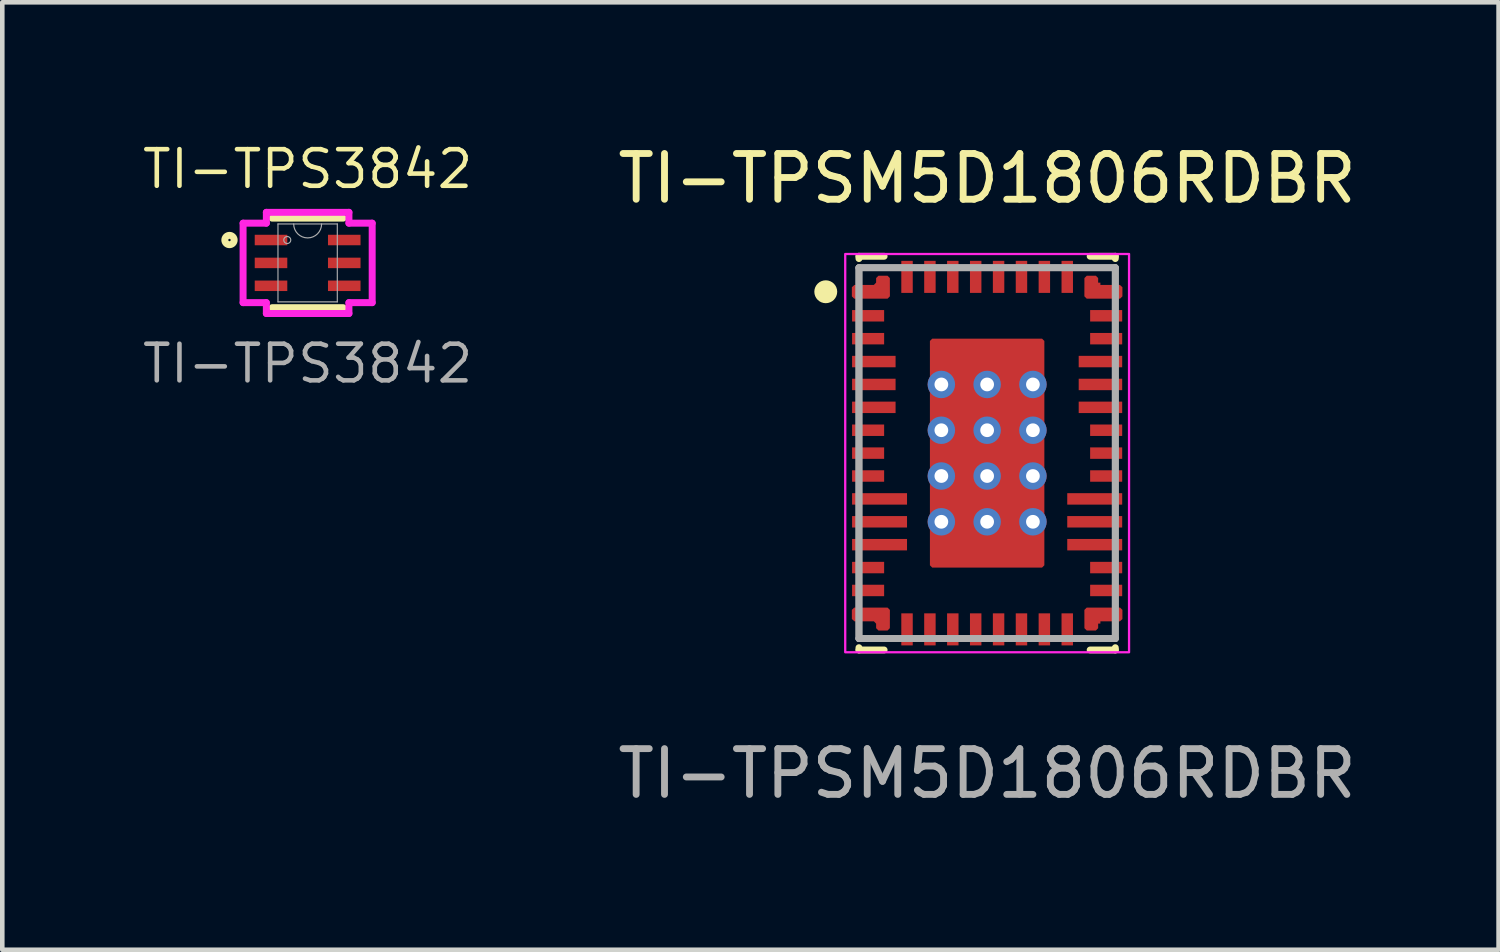
<source format=kicad_pcb>
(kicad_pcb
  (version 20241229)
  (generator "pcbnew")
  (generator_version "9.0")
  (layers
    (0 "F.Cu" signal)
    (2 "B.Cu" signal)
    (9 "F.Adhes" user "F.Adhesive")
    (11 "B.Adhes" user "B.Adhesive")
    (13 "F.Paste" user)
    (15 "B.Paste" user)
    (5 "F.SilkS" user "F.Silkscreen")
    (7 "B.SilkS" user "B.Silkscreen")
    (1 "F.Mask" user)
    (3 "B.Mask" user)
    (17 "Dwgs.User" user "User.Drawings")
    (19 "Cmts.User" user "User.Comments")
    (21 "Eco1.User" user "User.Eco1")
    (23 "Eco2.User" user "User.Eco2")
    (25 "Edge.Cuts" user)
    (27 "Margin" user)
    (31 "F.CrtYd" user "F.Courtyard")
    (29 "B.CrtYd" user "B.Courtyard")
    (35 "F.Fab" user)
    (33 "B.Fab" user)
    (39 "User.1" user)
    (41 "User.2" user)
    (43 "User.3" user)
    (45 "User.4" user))
  (footprint "TI-TPS3842"
    (layer "F.Cu")
    (at 3.67 2.693)
    (property "Reference" "TI-TPS3842" (at 0 -2.05 0) (unlocked yes) (layer "F.SilkS") (effects (font (size 0.8 0.8) (thickness 0.1))))
    (attr smd)
    (fp_line (start -0.775 0.978) (end 0.775 0.978) (stroke (width 0.152) (type solid)) (layer "F.SilkS"))
    (fp_line (start 0.775 -0.978) (end -0.775 -0.978) (stroke (width 0.152) (type solid)) (layer "F.SilkS"))
    (fp_circle (center -1.707 -0.5) (end -1.605 -0.5) (stroke (width 0.152) (type solid)) (fill no) (layer "F.SilkS"))
    (fp_line (start -1.41 -0.868) (end -0.902 -0.868) (stroke (width 0.152) (type solid)) (layer "F.CrtYd"))
    (fp_line (start -1.41 0.868) (end -1.41 -0.868) (stroke (width 0.152) (type solid)) (layer "F.CrtYd"))
    (fp_line (start -1.41 0.868) (end -0.902 0.868) (stroke (width 0.152) (type solid)) (layer "F.CrtYd"))
    (fp_line (start -0.902 -1.105) (end 0.902 -1.105) (stroke (width 0.152) (type solid)) (layer "F.CrtYd"))
    (fp_line (start -0.902 -0.868) (end -0.902 -1.105) (stroke (width 0.152) (type solid)) (layer "F.CrtYd"))
    (fp_line (start -0.902 1.105) (end -0.902 0.868) (stroke (width 0.152) (type solid)) (layer "F.CrtYd"))
    (fp_line (start 0.902 -1.105) (end 0.902 -0.868) (stroke (width 0.152) (type solid)) (layer "F.CrtYd"))
    (fp_line (start 0.902 0.868) (end 0.902 1.105) (stroke (width 0.152) (type solid)) (layer "F.CrtYd"))
    (fp_line (start 0.902 1.105) (end -0.902 1.105) (stroke (width 0.152) (type solid)) (layer "F.CrtYd"))
    (fp_line (start 1.41 -0.868) (end 0.902 -0.868) (stroke (width 0.152) (type solid)) (layer "F.CrtYd"))
    (fp_line (start 1.41 -0.868) (end 1.41 0.868) (stroke (width 0.152) (type solid)) (layer "F.CrtYd"))
    (fp_line (start 1.41 0.868) (end 0.902 0.868) (stroke (width 0.152) (type solid)) (layer "F.CrtYd"))
    (fp_line (start -0.648 -0.851) (end -0.648 0.851) (stroke (width 0.025) (type solid)) (layer "F.Fab"))
    (fp_line (start -0.648 0.851) (end 0.648 0.851) (stroke (width 0.025) (type solid)) (layer "F.Fab"))
    (fp_line (start 0.648 -0.851) (end -0.648 -0.851) (stroke (width 0.025) (type solid)) (layer "F.Fab"))
    (fp_line (start 0.648 0.851) (end 0.648 -0.851) (stroke (width 0.025) (type solid)) (layer "F.Fab"))
    (fp_arc (start 0.3048 -0.8509) (mid 0 -0.5461) (end -0.3048 -0.8509) (stroke (width 0.0254) (type solid)) (layer "F.Fab"))
    (fp_circle (center -0.445 -0.5) (end -0.368 -0.5) (stroke (width 0.025) (type solid)) (fill no) (layer "F.Fab"))
    (fp_text user "${REFERENCE}" (at 0 2.2 0) (unlocked yes) (layer "F.Fab") (effects (font (size 0.8 0.8) (thickness 0.1))))
    (pad "1" smd rect (at -0.8 -0.5) (size 0.711 0.229) (layers "F.Cu" "F.Mask" "F.Paste"))
    (pad "2" smd rect (at -0.8 0) (size 0.711 0.229) (layers "F.Cu" "F.Mask" "F.Paste"))
    (pad "3" smd rect (at -0.8 0.5) (size 0.711 0.229) (layers "F.Cu" "F.Mask" "F.Paste"))
    (pad "4" smd rect (at 0.8 0.5) (size 0.711 0.229) (layers "F.Cu" "F.Mask" "F.Paste"))
    (pad "5" smd rect (at 0.8 0) (size 0.711 0.229) (layers "F.Cu" "F.Mask" "F.Paste"))
    (pad "6" smd rect (at 0.8 -0.5) (size 0.711 0.229) (layers "F.Cu" "F.Mask" "F.Paste")))
  (footprint "TI-TPSM5D1806RDBR"
    (layer "F.Cu")
    (at 18.513 6.848)
    (property "Reference" "TI-TPSM5D1806RDBR" (at 0 -6 0) (unlocked yes) (layer "F.SilkS") (effects (font (size 1 1) (thickness 0.15))))
    (attr smd)
    (fp_poly (pts (xy -1.3 -2.45) (xy -1.2 -2.55) (xy 1.2 -2.55) (xy 1.3 -2.45) (xy 1.3 2.45) (xy 1.2 2.55) (xy -1.2 2.55) (xy -1.3 2.45)) (stroke (width 0) (type solid)) (fill yes) (layer "F.Mask"))
    (fp_poly (pts (xy -2.955 -3.624) (xy -2.9 -3.675) (xy -2.475 -3.675) (xy -2.425 -3.726) (xy -2.425 -3.824) (xy -2.375 -3.875) (xy -2.176 -3.875) (xy -2.125 -3.825) (xy -2.125 -3.426) (xy -2.175 -3.375) (xy -2.904 -3.375) (xy -2.955 -3.425)) (stroke (width 0) (type solid)) (fill yes) (layer "F.Mask"))
    (fp_poly (pts (xy 2.955 3.624) (xy 2.9 3.675) (xy 2.475 3.675) (xy 2.425 3.726) (xy 2.425 3.824) (xy 2.375 3.875) (xy 2.176 3.875) (xy 2.125 3.825) (xy 2.125 3.426) (xy 2.175 3.375) (xy 2.904 3.375) (xy 2.955 3.425)) (stroke (width 0) (type solid)) (fill yes) (layer "F.Mask"))
    (fp_line (start -2.8 -4.3) (end -2.25 -4.3) (stroke (width 0.15) (type solid)) (layer "F.SilkS"))
    (fp_line (start -2.8 -4.25) (end -2.8 -4.3) (stroke (width 0.15) (type solid)) (layer "F.SilkS"))
    (fp_line (start -2.8 4.3) (end -2.8 4.25) (stroke (width 0.15) (type solid)) (layer "F.SilkS"))
    (fp_line (start -2.8 4.3) (end -2.25 4.3) (stroke (width 0.15) (type solid)) (layer "F.SilkS"))
    (fp_line (start 2.25 -4.3) (end 2.8 -4.3) (stroke (width 0.15) (type solid)) (layer "F.SilkS"))
    (fp_line (start 2.25 4.3) (end 2.8 4.3) (stroke (width 0.15) (type solid)) (layer "F.SilkS"))
    (fp_line (start 2.8 -4.25) (end 2.8 -4.3) (stroke (width 0.15) (type solid)) (layer "F.SilkS"))
    (fp_line (start 2.8 4.3) (end 2.8 4.25) (stroke (width 0.15) (type solid)) (layer "F.SilkS"))
    (fp_circle (center -3.525 -3.525) (end -3.4 -3.525) (stroke (width 0.25) (type solid)) (fill no) (layer "F.SilkS"))
    (fp_poly (pts (xy -2.905 3.375) (xy -2.605 3.375) (xy -2.555 3.425) (xy -2.555 3.625) (xy -2.605 3.675) (xy -2.905 3.675) (xy -2.955 3.625) (xy -2.955 3.425)) (stroke (width 0) (type solid)) (fill yes) (layer "F.Paste"))
    (fp_poly (pts (xy -2.605 -3.375) (xy -2.905 -3.375) (xy -2.955 -3.425) (xy -2.955 -3.625) (xy -2.905 -3.675) (xy -2.605 -3.675) (xy -2.555 -3.625) (xy -2.555 -3.425)) (stroke (width 0) (type solid)) (fill yes) (layer "F.Paste"))
    (fp_poly (pts (xy -2.125 -3.425) (xy -2.175 -3.375) (xy -2.375 -3.375) (xy -2.425 -3.425) (xy -2.425 -3.825) (xy -2.375 -3.875) (xy -2.175 -3.875) (xy -2.125 -3.825)) (stroke (width 0) (type solid)) (fill yes) (layer "F.Paste"))
    (fp_poly (pts (xy -2.125 3.825) (xy -2.175 3.875) (xy -2.375 3.875) (xy -2.425 3.825) (xy -2.425 3.425) (xy -2.375 3.375) (xy -2.175 3.375) (xy -2.125 3.425)) (stroke (width 0) (type solid)) (fill yes) (layer "F.Paste"))
    (fp_poly (pts (xy -1.1 -1.725) (xy -1.1 -2.275) (xy -1.05 -2.325) (xy -0.2 -2.325) (xy -0.15 -2.275) (xy -0.15 -1.725) (xy -0.2 -1.675) (xy -1.05 -1.675)) (stroke (width 0) (type solid)) (fill yes) (layer "F.Paste"))
    (fp_poly (pts (xy -1.1 0.275) (xy -1.1 -0.275) (xy -1.05 -0.325) (xy -0.2 -0.325) (xy -0.15 -0.275) (xy -0.15 0.275) (xy -0.2 0.325) (xy -1.05 0.325)) (stroke (width 0) (type solid)) (fill yes) (layer "F.Paste"))
    (fp_poly (pts (xy -1.1 1.275) (xy -1.1 0.725) (xy -1.05 0.675) (xy -0.2 0.675) (xy -0.15 0.725) (xy -0.15 1.275) (xy -0.2 1.325) (xy -1.05 1.325)) (stroke (width 0) (type solid)) (fill yes) (layer "F.Paste"))
    (fp_poly (pts (xy -1.05 -1.325) (xy -0.2 -1.325) (xy -0.15 -1.275) (xy -0.15 -0.725) (xy -0.2 -0.675) (xy -1.05 -0.675) (xy -1.1 -0.725) (xy -1.1 -1.275)) (stroke (width 0) (type solid)) (fill yes) (layer "F.Paste"))
    (fp_poly (pts (xy -0.2 2.325) (xy -1.05 2.325) (xy -1.1 2.275) (xy -1.1 1.725) (xy -1.05 1.675) (xy -0.2 1.675) (xy -0.15 1.725) (xy -0.15 2.275)) (stroke (width 0) (type solid)) (fill yes) (layer "F.Paste"))
    (fp_poly (pts (xy 0.15 -2.275) (xy 0.2 -2.325) (xy 1.05 -2.325) (xy 1.1 -2.275) (xy 1.1 -1.725) (xy 1.05 -1.675) (xy 0.2 -1.675) (xy 0.15 -1.725)) (stroke (width 0) (type solid)) (fill yes) (layer "F.Paste"))
    (fp_poly (pts (xy 0.15 1.275) (xy 0.15 0.725) (xy 0.2 0.675) (xy 1.05 0.675) (xy 1.1 0.725) (xy 1.1 1.275) (xy 1.05 1.325) (xy 0.2 1.325)) (stroke (width 0) (type solid)) (fill yes) (layer "F.Paste"))
    (fp_poly (pts (xy 0.15 2.275) (xy 0.15 1.725) (xy 0.2 1.675) (xy 1.05 1.675) (xy 1.1 1.725) (xy 1.1 2.275) (xy 1.05 2.325) (xy 0.2 2.325)) (stroke (width 0) (type solid)) (fill yes) (layer "F.Paste"))
    (fp_poly (pts (xy 0.2 0.325) (xy 0.15 0.275) (xy 0.15 -0.275) (xy 0.2 -0.325) (xy 1.05 -0.325) (xy 1.1 -0.275) (xy 1.1 0.275) (xy 1.05 0.325)) (stroke (width 0) (type solid)) (fill yes) (layer "F.Paste"))
    (fp_poly (pts (xy 1.05 -0.675) (xy 0.2 -0.675) (xy 0.15 -0.725) (xy 0.15 -1.275) (xy 0.2 -1.325) (xy 1.05 -1.325) (xy 1.1 -1.275) (xy 1.1 -0.725)) (stroke (width 0) (type solid)) (fill yes) (layer "F.Paste"))
    (fp_poly (pts (xy 2.125 -3.825) (xy 2.175 -3.875) (xy 2.375 -3.875) (xy 2.425 -3.825) (xy 2.425 -3.425) (xy 2.375 -3.375) (xy 2.175 -3.375) (xy 2.125 -3.425)) (stroke (width 0) (type solid)) (fill yes) (layer "F.Paste"))
    (fp_poly (pts (xy 2.375 3.875) (xy 2.175 3.875) (xy 2.125 3.825) (xy 2.125 3.425) (xy 2.175 3.375) (xy 2.375 3.375) (xy 2.425 3.425) (xy 2.425 3.825)) (stroke (width 0) (type solid)) (fill yes) (layer "F.Paste"))
    (fp_poly (pts (xy 2.605 3.375) (xy 2.905 3.375) (xy 2.955 3.425) (xy 2.955 3.625) (xy 2.905 3.675) (xy 2.605 3.675) (xy 2.555 3.625) (xy 2.555 3.425)) (stroke (width 0) (type solid)) (fill yes) (layer "F.Paste"))
    (fp_poly (pts (xy 2.905 -3.675) (xy 2.955 -3.625) (xy 2.955 -3.425) (xy 2.905 -3.375) (xy 2.605 -3.375) (xy 2.555 -3.425) (xy 2.555 -3.625) (xy 2.605 -3.675)) (stroke (width 0) (type solid)) (fill yes) (layer "F.Paste"))
    (fp_rect (start -3.1 -4.35) (end 3.1 4.35) (stroke (width 0.05) (type default)) (fill no) (layer "F.CrtYd"))
    (fp_line (start -2.8 -4.05) (end 2.8 -4.05) (stroke (width 0.15) (type solid)) (layer "F.Fab"))
    (fp_line (start -2.8 -4.05) (end 2.8 -4.05) (stroke (width 0.15) (type solid)) (layer "F.Fab"))
    (fp_line (start -2.8 4.05) (end -2.8 -4.05) (stroke (width 0.15) (type solid)) (layer "F.Fab"))
    (fp_line (start -2.8 4.05) (end -2.8 -4.05) (stroke (width 0.15) (type solid)) (layer "F.Fab"))
    (fp_line (start -2.8 4.05) (end 2.8 4.05) (stroke (width 0.15) (type solid)) (layer "F.Fab"))
    (fp_line (start -2.8 4.05) (end 2.8 4.05) (stroke (width 0.15) (type solid)) (layer "F.Fab"))
    (fp_line (start 2.8 4.05) (end 2.8 -4.05) (stroke (width 0.15) (type solid)) (layer "F.Fab"))
    (fp_line (start 2.8 4.05) (end 2.8 -4.05) (stroke (width 0.15) (type solid)) (layer "F.Fab"))
    (fp_text user "${REFERENCE}" (at 0 7 0) (unlocked yes) (layer "F.Fab") (effects (font (size 1 1) (thickness 0.15))))
    (pad "1" smd custom (at -2.267 -3.562) (size 0.256 0.256) (layers "F.Cu" "F.Mask") (options (anchor rect)) (primitives (gr_poly (pts (xy -0.688 -0.062) (xy -0.688 0.138) (xy -0.637 0.188) (xy 0.092 0.188) (xy 0.143 0.137) (xy 0.142 -0.262) (xy 0.091 -0.313) (xy -0.107 -0.313) (xy -0.158 -0.262) (xy -0.158 -0.164) (xy -0.207 -0.112) (xy -0.632 -0.112)) (width 0) (fill yes))))
    (pad "2" smd rect (at -2.6 -3) (size 0.7 0.25) (layers "F.Cu" "F.Mask" "F.Paste"))
    (pad "3" smd rect (at -2.6 -2.5) (size 0.7 0.25) (layers "F.Cu" "F.Mask" "F.Paste"))
    (pad "4" smd rect (at -2.475 -2) (size 0.95 0.25) (layers "F.Cu" "F.Mask" "F.Paste"))
    (pad "5" smd rect (at -2.475 -1.5) (size 0.95 0.25) (layers "F.Cu" "F.Mask" "F.Paste"))
    (pad "6" smd rect (at -2.475 -1) (size 0.95 0.25) (layers "F.Cu" "F.Mask" "F.Paste"))
    (pad "7" smd rect (at -2.6 -0.5) (size 0.7 0.25) (layers "F.Cu" "F.Mask" "F.Paste"))
    (pad "8" smd rect (at -2.6 0) (size 0.7 0.25) (layers "F.Cu" "F.Mask" "F.Paste"))
    (pad "9" smd rect (at -2.6 0.5) (size 0.7 0.25) (layers "F.Cu" "F.Mask" "F.Paste"))
    (pad "10" smd rect (at -2.35 1) (size 1.2 0.25) (layers "F.Cu" "F.Mask" "F.Paste"))
    (pad "11" smd rect (at -2.35 1.5) (size 1.2 0.25) (layers "F.Cu" "F.Mask" "F.Paste"))
    (pad "12" smd rect (at -2.35 2) (size 1.2 0.25) (layers "F.Cu" "F.Mask" "F.Paste"))
    (pad "13" smd rect (at -2.6 2.5) (size 0.7 0.25) (layers "F.Cu" "F.Mask" "F.Paste"))
    (pad "14" smd rect (at -2.6 3) (size 0.7 0.25) (layers "F.Cu" "F.Mask" "F.Paste"))
    (pad "15" smd custom (at -2.267 3.562) (size 0.256 0.256) (layers "F.Cu" "F.Mask") (options (anchor rect)) (primitives (gr_poly (pts (xy -0.688 0.062) (xy -0.688 -0.138) (xy -0.637 -0.188) (xy 0.092 -0.188) (xy 0.143 -0.137) (xy 0.142 0.262) (xy 0.091 0.313) (xy -0.107 0.313) (xy -0.158 0.262) (xy -0.158 0.164) (xy -0.207 0.112) (xy -0.632 0.112)) (width 0) (fill yes))))
    (pad "16" smd rect (at -1.75 3.85 90) (size 0.7 0.25) (layers "F.Cu" "F.Mask" "F.Paste"))
    (pad "17" smd rect (at -1.25 3.85 90) (size 0.7 0.25) (layers "F.Cu" "F.Mask" "F.Paste"))
    (pad "18" smd rect (at -0.75 3.85 90) (size 0.7 0.25) (layers "F.Cu" "F.Mask" "F.Paste"))
    (pad "19" smd rect (at -0.25 3.85 90) (size 0.7 0.25) (layers "F.Cu" "F.Mask" "F.Paste"))
    (pad "20" smd rect (at 0.25 3.85 90) (size 0.7 0.25) (layers "F.Cu" "F.Mask" "F.Paste"))
    (pad "21" smd rect (at 0.75 3.85 90) (size 0.7 0.25) (layers "F.Cu" "F.Mask" "F.Paste"))
    (pad "22" smd rect (at 1.25 3.85 90) (size 0.7 0.25) (layers "F.Cu" "F.Mask" "F.Paste"))
    (pad "23" smd rect (at 1.75 3.85 90) (size 0.7 0.25) (layers "F.Cu" "F.Mask" "F.Paste"))
    (pad "24" smd custom (at 2.312 3.562) (size 0.324 0.324) (layers "F.Cu" "F.Mask") (options (anchor rect)) (primitives (gr_poly (pts (xy 0.643 0.062) (xy 0.643 -0.138) (xy 0.592 -0.188) (xy -0.137 -0.188) (xy -0.188 -0.137) (xy -0.187 0.262) (xy -0.136 0.313) (xy 0.063 0.313) (xy 0.113 0.262) (xy 0.113 0.164) (xy 0.163 0.112) (xy 0.588 0.112)) (width 0) (fill yes))))
    (pad "25" smd rect (at 2.6 3) (size 0.7 0.25) (layers "F.Cu" "F.Mask" "F.Paste"))
    (pad "26" smd rect (at 2.6 2.5) (size 0.7 0.25) (layers "F.Cu" "F.Mask" "F.Paste"))
    (pad "27" smd rect (at 2.35 2) (size 1.2 0.25) (layers "F.Cu" "F.Mask" "F.Paste"))
    (pad "28" smd rect (at 2.35 1.5) (size 1.2 0.25) (layers "F.Cu" "F.Mask" "F.Paste"))
    (pad "29" smd rect (at 2.35 1) (size 1.2 0.25) (layers "F.Cu" "F.Mask" "F.Paste"))
    (pad "30" smd rect (at 2.6 0.5) (size 0.7 0.25) (layers "F.Cu" "F.Mask" "F.Paste"))
    (pad "31" smd rect (at 2.6 0) (size 0.7 0.25) (layers "F.Cu" "F.Mask" "F.Paste"))
    (pad "32" smd rect (at 2.6 -0.5) (size 0.7 0.25) (layers "F.Cu" "F.Mask" "F.Paste"))
    (pad "33" smd rect (at 2.475 -1) (size 0.95 0.25) (layers "F.Cu" "F.Mask" "F.Paste"))
    (pad "34" smd rect (at 2.475 -1.5) (size 0.95 0.25) (layers "F.Cu" "F.Mask" "F.Paste"))
    (pad "35" smd rect (at 2.475 -2) (size 0.95 0.25) (layers "F.Cu" "F.Mask" "F.Paste"))
    (pad "36" smd rect (at 2.6 -2.5) (size 0.7 0.25) (layers "F.Cu" "F.Mask" "F.Paste"))
    (pad "37" smd rect (at 2.6 -3) (size 0.7 0.25) (layers "F.Cu" "F.Mask" "F.Paste"))
    (pad "38" smd custom (at 2.312 -3.562) (size 0.324 0.324) (layers "F.Cu" "F.Mask") (options (anchor rect)) (primitives (gr_poly (pts (xy 0.643 -0.062) (xy 0.643 0.138) (xy 0.592 0.188) (xy -0.137 0.188) (xy -0.188 0.137) (xy -0.187 -0.262) (xy -0.136 -0.313) (xy 0.063 -0.313) (xy 0.113 -0.262) (xy 0.113 -0.164) (xy 0.163 -0.112) (xy 0.588 -0.112)) (width 0) (fill yes))))
    (pad "39" smd rect (at 1.75 -3.85 90) (size 0.7 0.25) (layers "F.Cu" "F.Mask" "F.Paste"))
    (pad "40" smd rect (at 1.25 -3.85 90) (size 0.7 0.25) (layers "F.Cu" "F.Mask" "F.Paste"))
    (pad "41" smd rect (at 0.75 -3.85 90) (size 0.7 0.25) (layers "F.Cu" "F.Mask" "F.Paste"))
    (pad "42" smd rect (at 0.25 -3.85 90) (size 0.7 0.25) (layers "F.Cu" "F.Mask" "F.Paste"))
    (pad "43" smd rect (at -0.25 -3.85 90) (size 0.7 0.25) (layers "F.Cu" "F.Mask" "F.Paste"))
    (pad "44" smd rect (at -0.75 -3.85 90) (size 0.7 0.25) (layers "F.Cu" "F.Mask" "F.Paste"))
    (pad "45" smd rect (at -1.25 -3.85 90) (size 0.7 0.25) (layers "F.Cu" "F.Mask" "F.Paste"))
    (pad "46" smd rect (at -1.75 -3.85 90) (size 0.7 0.25) (layers "F.Cu" "F.Mask" "F.Paste"))
    (pad "47" smd custom (at 0 -2.06) (size 2.45 0.82) (layers "F.Cu") (options (anchor rect)) (primitives (gr_poly (pts (xy -1.25 -0.39) (xy -1.2 -0.44) (xy 1.2 -0.44) (xy 1.25 -0.39) (xy 1.25 4.51) (xy 1.2 4.56) (xy -1.2 4.56) (xy -1.25 4.51)) (width 0) (fill yes))))
    (pad "52" thru_hole circle (at -1 -1.5) (size 0.6 0.6) (drill 0.3) (layers "*.Cu" "*.Mask"))
    (pad "53" thru_hole circle (at -1 -0.5) (size 0.6 0.6) (drill 0.3) (layers "*.Cu" "*.Mask"))
    (pad "54" thru_hole circle (at -1 0.5) (size 0.6 0.6) (drill 0.3) (layers "*.Cu" "*.Mask"))
    (pad "55" thru_hole circle (at -1 1.5) (size 0.6 0.6) (drill 0.3) (layers "*.Cu" "*.Mask"))
    (pad "56" thru_hole circle (at 1 -1.5) (size 0.6 0.6) (drill 0.3) (layers "*.Cu" "*.Mask"))
    (pad "57" thru_hole circle (at 1 -0.5) (size 0.6 0.6) (drill 0.3) (layers "*.Cu" "*.Mask"))
    (pad "58" thru_hole circle (at 1 0.5) (size 0.6 0.6) (drill 0.3) (layers "*.Cu" "*.Mask"))
    (pad "59" thru_hole circle (at 1 1.5) (size 0.6 0.6) (drill 0.3) (layers "*.Cu" "*.Mask"))
    (pad "60" thru_hole circle (at 0 -1.5) (size 0.6 0.6) (drill 0.3) (layers "*.Cu" "*.Mask"))
    (pad "61" thru_hole circle (at 0 -0.5) (size 0.6 0.6) (drill 0.3) (layers "*.Cu" "*.Mask"))
    (pad "62" thru_hole circle (at 0 0.5) (size 0.6 0.6) (drill 0.3) (layers "*.Cu" "*.Mask"))
    (pad "63" thru_hole circle (at 0 1.5) (size 0.6 0.6) (drill 0.3) (layers "*.Cu" "*.Mask")))
  (gr_rect
    (start -3 -3)
    (end 29.685 17.697)
    (stroke (width 0.1) (type default))
    (fill no)
    (layer "Edge.Cuts")))
</source>
